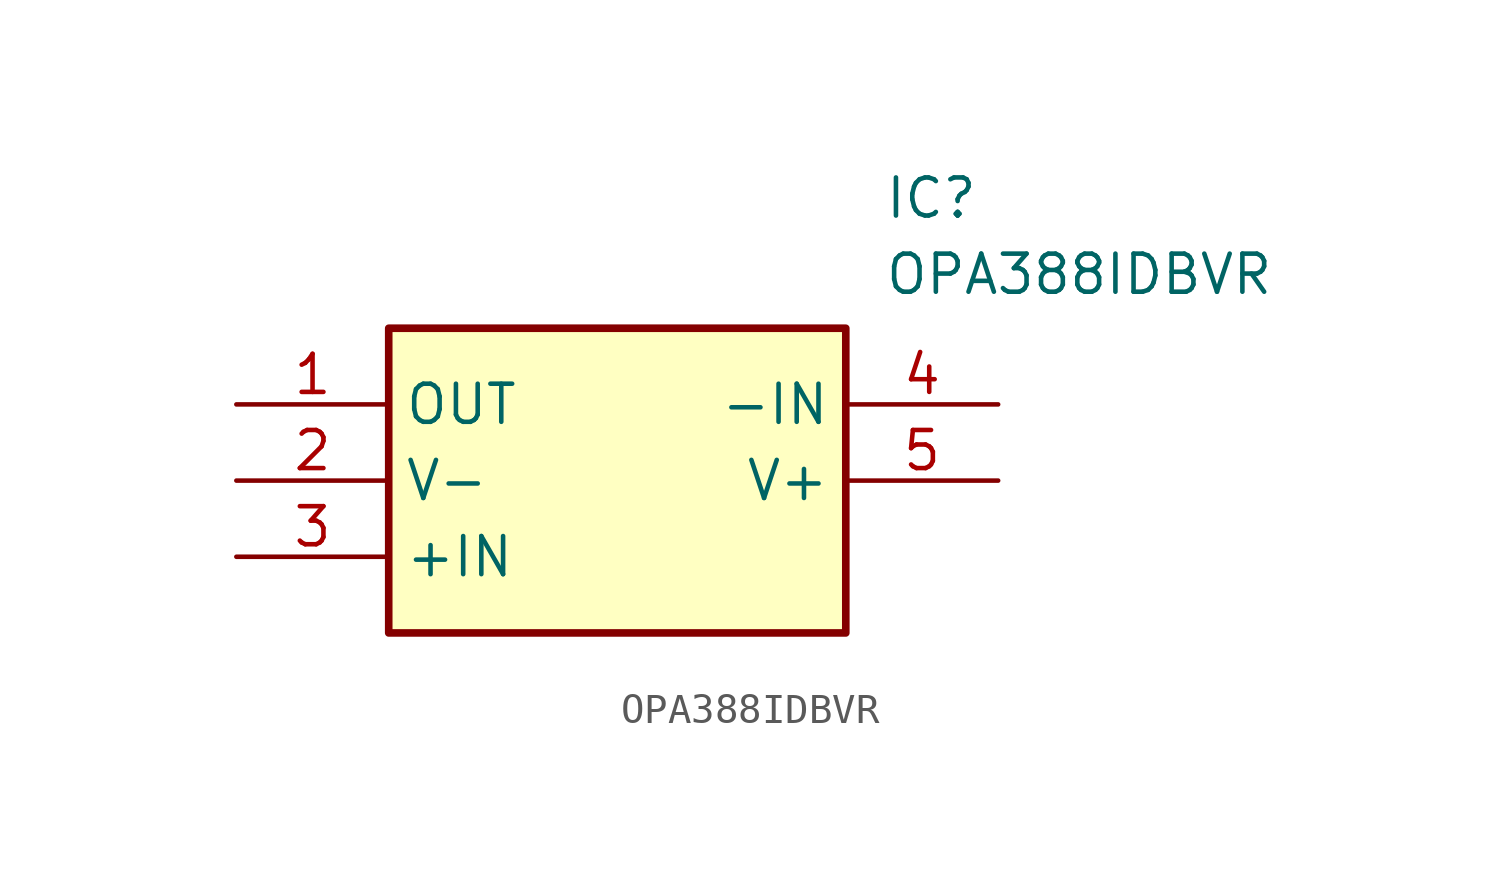
<source format=kicad_sym>
(kicad_symbol_lib
  (version 20211014)
  (generator SamacSys_ECAD_Model)
  (symbol "OPA388IDBVR"
    (property "Reference" "IC"
      (at 21.59 7.62 0)
      (effects (font (size 1.27 1.27)) (justify left top)))
    (property "Value" "OPA388IDBVR"
      (at 21.59 5.08 0)
      (effects (font (size 1.27 1.27)) (justify left top)))
    (rectangle
      (start 5.08 2.54)
      (end 20.32 -7.62)
      (stroke (width 0.254) (type default))
      (fill (type background)))
    (pin output line
      (at 0 0 0)
      (length 5.08)
      (name "OUT" (effects (font (size 1.27 1.27))))
      (number "1" (effects (font (size 1.27 1.27)))))
    (pin power_in line
      (at 0 -2.54 0)
      (length 5.08)
      (name "V-" (effects (font (size 1.27 1.27))))
      (number "2" (effects (font (size 1.27 1.27)))))
    (pin input line
      (at 0 -5.08 0)
      (length 5.08)
      (name "+IN" (effects (font (size 1.27 1.27))))
      (number "3" (effects (font (size 1.27 1.27)))))
    (pin input line
      (at 25.4 0 180)
      (length 5.08)
      (name "-IN" (effects (font (size 1.27 1.27))))
      (number "4" (effects (font (size 1.27 1.27)))))
    (pin power_in line
      (at 25.4 -2.54 180)
      (length 5.08)
      (name "V+" (effects (font (size 1.27 1.27))))
      (number "5" (effects (font (size 1.27 1.27)))))))
</source>
